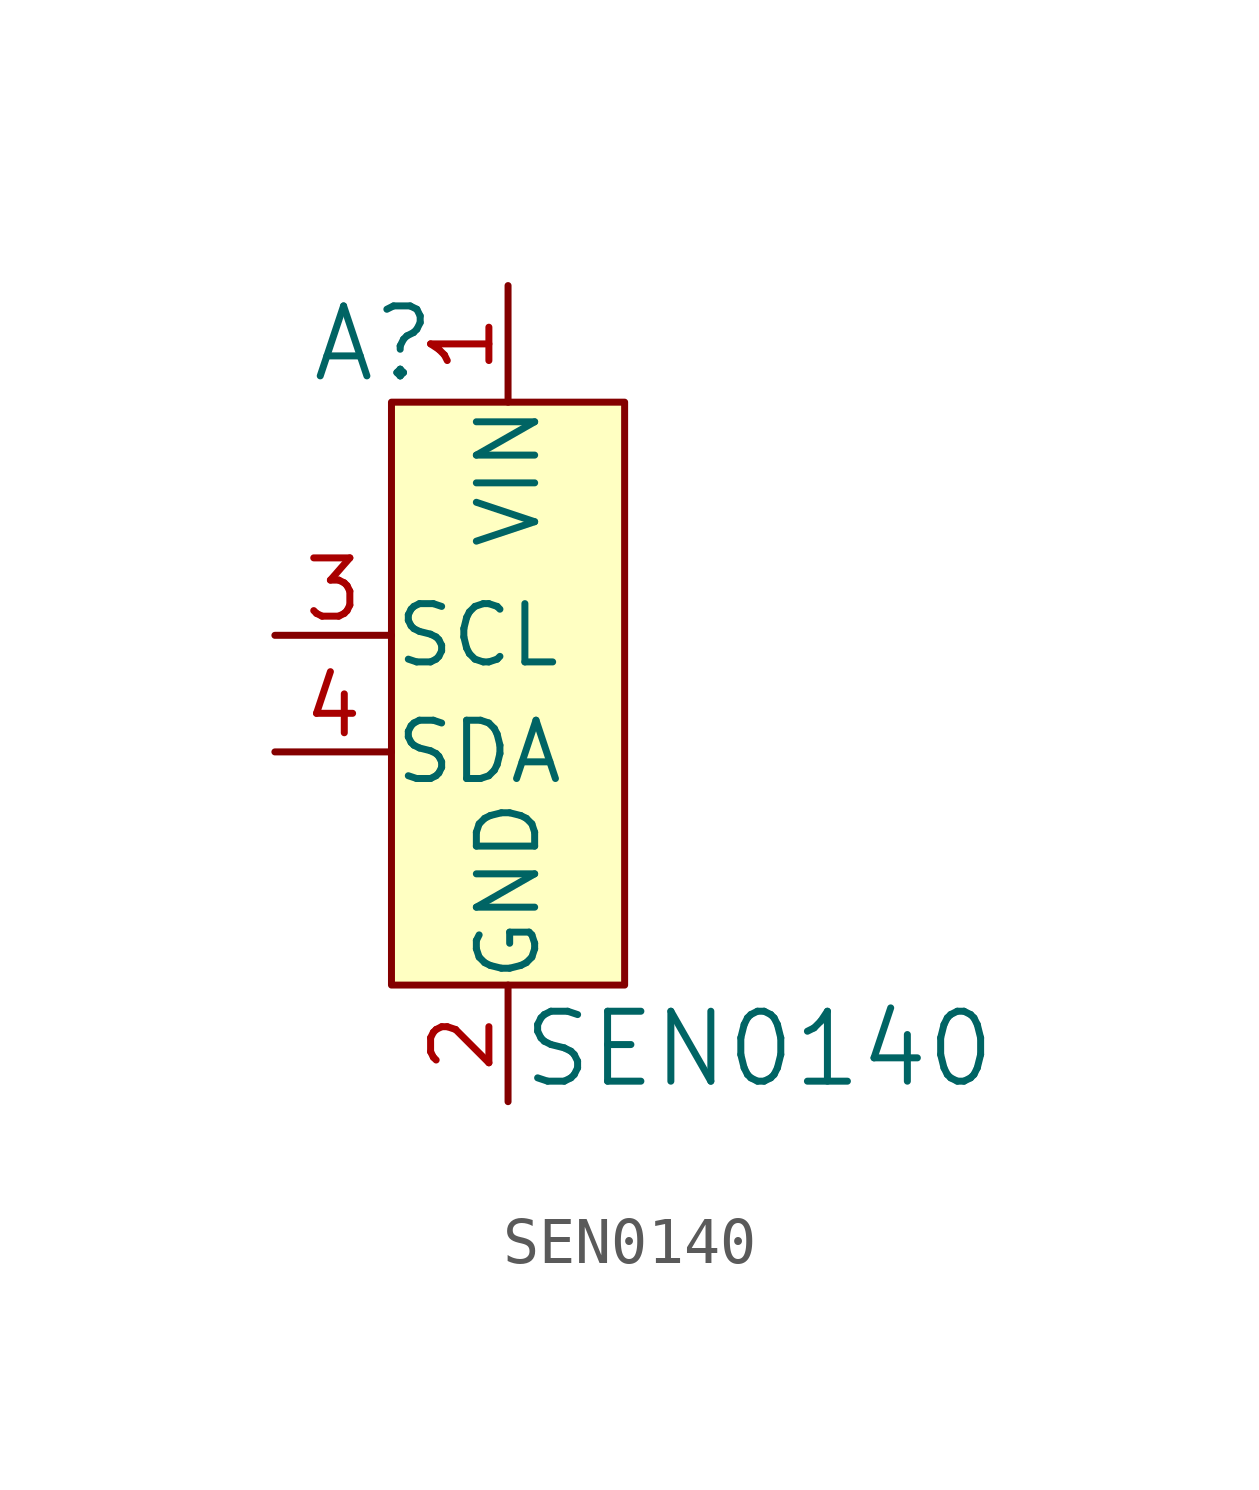
<source format=kicad_sym>
(kicad_symbol_lib
  (version 20231120)
  (generator "kicad_symbol_editor")
  (generator_version "8.0")
  (symbol "SEN0140"
    (pin_names
      (offset 0.025))
    (property "Reference" "A"
      (at -1.524 6.35 0)
      (effects (font (size 1.524 1.524)) (justify right)))
    (property "Value" "SEN0140"
      (at 0.254 -9.017 0)
      (effects (font (size 1.524 1.524)) (justify left)))
    (symbol "SEN0140_0_1"
      (rectangle (start -2.54 5.08) (end 2.54 -7.62) (stroke (width 0) (type solid)) (fill (type background))))
    (symbol "SEN0140_1_1"
      (pin power_in line (at 0 7.62 270) (length 2.54) (name "VIN" (effects (font (size 1.27 1.27)))) (number "1" (effects (font (size 1.27 1.27)))))
      (pin power_in line (at 0 -10.16 90) (length 2.54) (name "GND" (effects (font (size 1.27 1.27)))) (number "2" (effects (font (size 1.27 1.27)))))
      (pin bidirectional line (at -5.08 0 0) (length 2.54) (name "SCL" (effects (font (size 1.27 1.27)))) (number "3" (effects (font (size 1.27 1.27)))))
      (pin bidirectional line (at -5.08 -2.54 0) (length 2.54) (name "SDA" (effects (font (size 1.27 1.27)))) (number "4" (effects (font (size 1.27 1.27))))))))
</source>
